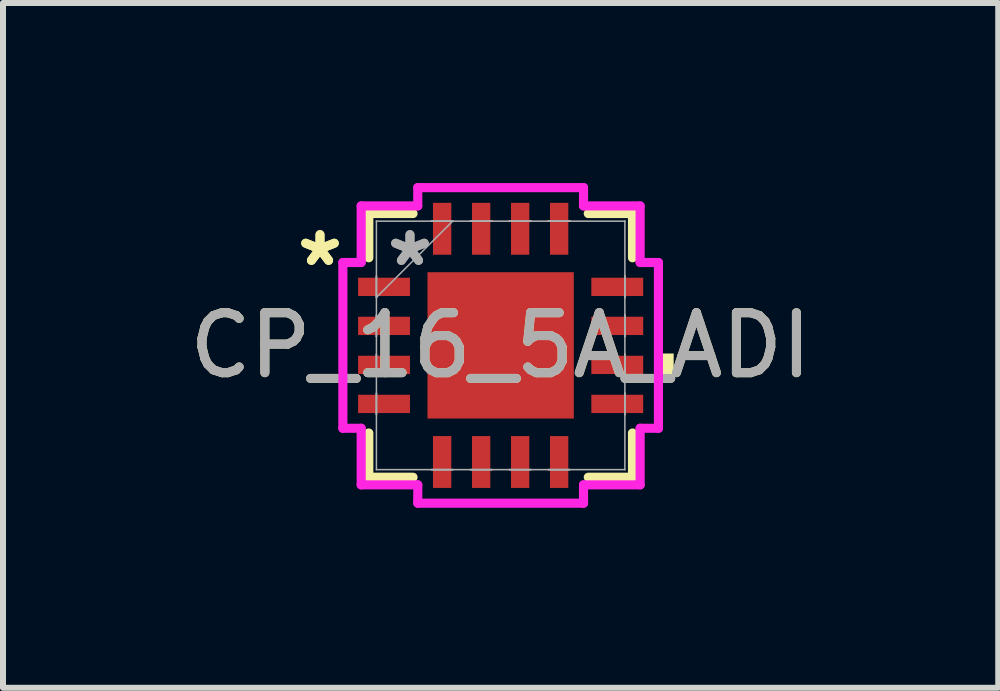
<source format=kicad_pcb>
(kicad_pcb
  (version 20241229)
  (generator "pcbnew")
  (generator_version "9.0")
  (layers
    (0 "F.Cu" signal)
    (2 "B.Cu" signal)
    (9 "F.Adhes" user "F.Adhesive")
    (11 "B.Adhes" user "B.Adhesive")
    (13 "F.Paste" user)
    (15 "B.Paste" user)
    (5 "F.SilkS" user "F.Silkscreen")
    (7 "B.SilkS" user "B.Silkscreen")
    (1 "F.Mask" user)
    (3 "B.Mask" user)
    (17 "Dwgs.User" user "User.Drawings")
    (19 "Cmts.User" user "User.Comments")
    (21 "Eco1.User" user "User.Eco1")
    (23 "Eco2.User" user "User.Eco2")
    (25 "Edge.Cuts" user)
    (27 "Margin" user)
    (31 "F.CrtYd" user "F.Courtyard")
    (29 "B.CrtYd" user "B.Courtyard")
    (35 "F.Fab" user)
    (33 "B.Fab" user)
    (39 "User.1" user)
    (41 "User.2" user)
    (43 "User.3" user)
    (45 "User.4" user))
  (footprint "CP_16_5A_ADI"
    (layer "F.Cu")
    (at 5.292 2.705)
    (property "Reference" "CP_16_5A_ADI" (at 0 0 0) (unlocked yes) (layer "F.SilkS") (effects (font (size 1 1) (thickness 0.15))))
    (attr smd)
    (fp_line (start -2.197 -2.197) (end -2.197 -1.46) (stroke (width 0.152) (type solid)) (layer "F.SilkS"))
    (fp_line (start -2.197 1.46) (end -2.197 2.197) (stroke (width 0.152) (type solid)) (layer "F.SilkS"))
    (fp_line (start -2.197 2.197) (end -1.46 2.197) (stroke (width 0.152) (type solid)) (layer "F.SilkS"))
    (fp_line (start -1.46 -2.197) (end -2.197 -2.197) (stroke (width 0.152) (type solid)) (layer "F.SilkS"))
    (fp_line (start 1.46 2.197) (end 2.197 2.197) (stroke (width 0.152) (type solid)) (layer "F.SilkS"))
    (fp_line (start 2.197 -2.197) (end 1.46 -2.197) (stroke (width 0.152) (type solid)) (layer "F.SilkS"))
    (fp_line (start 2.197 -1.46) (end 2.197 -2.197) (stroke (width 0.152) (type solid)) (layer "F.SilkS"))
    (fp_line (start 2.197 2.197) (end 2.197 1.46) (stroke (width 0.152) (type solid)) (layer "F.SilkS"))
    (fp_poly (pts (xy 2.883 0.135) (xy 2.883 0.516) (xy 2.629 0.516) (xy 2.629 0.135)) (stroke (width 0) (type solid)) (fill yes) (layer "F.SilkS"))
    (fp_line (start -2.629 -1.381) (end -2.324 -1.381) (stroke (width 0.152) (type solid)) (layer "F.CrtYd"))
    (fp_line (start -2.629 1.381) (end -2.629 -1.381) (stroke (width 0.152) (type solid)) (layer "F.CrtYd"))
    (fp_line (start -2.324 -2.324) (end -1.381 -2.324) (stroke (width 0.152) (type solid)) (layer "F.CrtYd"))
    (fp_line (start -2.324 -1.381) (end -2.324 -2.324) (stroke (width 0.152) (type solid)) (layer "F.CrtYd"))
    (fp_line (start -2.324 1.381) (end -2.629 1.381) (stroke (width 0.152) (type solid)) (layer "F.CrtYd"))
    (fp_line (start -2.324 2.324) (end -2.324 1.381) (stroke (width 0.152) (type solid)) (layer "F.CrtYd"))
    (fp_line (start -1.381 -2.629) (end 1.381 -2.629) (stroke (width 0.152) (type solid)) (layer "F.CrtYd"))
    (fp_line (start -1.381 -2.324) (end -1.381 -2.629) (stroke (width 0.152) (type solid)) (layer "F.CrtYd"))
    (fp_line (start -1.381 2.324) (end -2.324 2.324) (stroke (width 0.152) (type solid)) (layer "F.CrtYd"))
    (fp_line (start -1.381 2.629) (end -1.381 2.324) (stroke (width 0.152) (type solid)) (layer "F.CrtYd"))
    (fp_line (start 1.381 -2.629) (end 1.381 -2.324) (stroke (width 0.152) (type solid)) (layer "F.CrtYd"))
    (fp_line (start 1.381 -2.324) (end 2.324 -2.324) (stroke (width 0.152) (type solid)) (layer "F.CrtYd"))
    (fp_line (start 1.381 2.324) (end 1.381 2.629) (stroke (width 0.152) (type solid)) (layer "F.CrtYd"))
    (fp_line (start 1.381 2.629) (end -1.381 2.629) (stroke (width 0.152) (type solid)) (layer "F.CrtYd"))
    (fp_line (start 2.324 -2.324) (end 2.324 -1.381) (stroke (width 0.152) (type solid)) (layer "F.CrtYd"))
    (fp_line (start 2.324 -1.381) (end 2.629 -1.381) (stroke (width 0.152) (type solid)) (layer "F.CrtYd"))
    (fp_line (start 2.324 1.381) (end 2.324 2.324) (stroke (width 0.152) (type solid)) (layer "F.CrtYd"))
    (fp_line (start 2.324 2.324) (end 1.381 2.324) (stroke (width 0.152) (type solid)) (layer "F.CrtYd"))
    (fp_line (start 2.629 -1.381) (end 2.629 1.381) (stroke (width 0.152) (type solid)) (layer "F.CrtYd"))
    (fp_line (start 2.629 1.381) (end 2.324 1.381) (stroke (width 0.152) (type solid)) (layer "F.CrtYd"))
    (fp_line (start -2.07 -2.07) (end -2.07 -2.07) (stroke (width 0.025) (type solid)) (layer "F.Fab"))
    (fp_line (start -2.07 -2.07) (end -2.07 2.07) (stroke (width 0.025) (type solid)) (layer "F.Fab"))
    (fp_line (start -2.07 -1.153) (end -2.07 -1.153) (stroke (width 0.025) (type solid)) (layer "F.Fab"))
    (fp_line (start -2.07 -1.153) (end -2.07 -0.797) (stroke (width 0.025) (type solid)) (layer "F.Fab"))
    (fp_line (start -2.07 -0.8) (end -0.8 -2.07) (stroke (width 0.025) (type solid)) (layer "F.Fab"))
    (fp_line (start -2.07 -0.797) (end -2.07 -1.153) (stroke (width 0.025) (type solid)) (layer "F.Fab"))
    (fp_line (start -2.07 -0.797) (end -2.07 -0.797) (stroke (width 0.025) (type solid)) (layer "F.Fab"))
    (fp_line (start -2.07 -0.503) (end -2.07 -0.503) (stroke (width 0.025) (type solid)) (layer "F.Fab"))
    (fp_line (start -2.07 -0.503) (end -2.07 -0.147) (stroke (width 0.025) (type solid)) (layer "F.Fab"))
    (fp_line (start -2.07 -0.147) (end -2.07 -0.503) (stroke (width 0.025) (type solid)) (layer "F.Fab"))
    (fp_line (start -2.07 -0.147) (end -2.07 -0.147) (stroke (width 0.025) (type solid)) (layer "F.Fab"))
    (fp_line (start -2.07 0.147) (end -2.07 0.147) (stroke (width 0.025) (type solid)) (layer "F.Fab"))
    (fp_line (start -2.07 0.147) (end -2.07 0.503) (stroke (width 0.025) (type solid)) (layer "F.Fab"))
    (fp_line (start -2.07 0.503) (end -2.07 0.147) (stroke (width 0.025) (type solid)) (layer "F.Fab"))
    (fp_line (start -2.07 0.503) (end -2.07 0.503) (stroke (width 0.025) (type solid)) (layer "F.Fab"))
    (fp_line (start -2.07 0.797) (end -2.07 0.797) (stroke (width 0.025) (type solid)) (layer "F.Fab"))
    (fp_line (start -2.07 0.797) (end -2.07 1.153) (stroke (width 0.025) (type solid)) (layer "F.Fab"))
    (fp_line (start -2.07 1.153) (end -2.07 0.797) (stroke (width 0.025) (type solid)) (layer "F.Fab"))
    (fp_line (start -2.07 1.153) (end -2.07 1.153) (stroke (width 0.025) (type solid)) (layer "F.Fab"))
    (fp_line (start -2.07 2.07) (end -2.07 2.07) (stroke (width 0.025) (type solid)) (layer "F.Fab"))
    (fp_line (start -2.07 2.07) (end 2.07 2.07) (stroke (width 0.025) (type solid)) (layer "F.Fab"))
    (fp_line (start -1.153 -2.07) (end -1.153 -2.07) (stroke (width 0.025) (type solid)) (layer "F.Fab"))
    (fp_line (start -1.153 -2.07) (end -0.797 -2.07) (stroke (width 0.025) (type solid)) (layer "F.Fab"))
    (fp_line (start -1.153 2.07) (end -1.153 2.07) (stroke (width 0.025) (type solid)) (layer "F.Fab"))
    (fp_line (start -1.153 2.07) (end -0.797 2.07) (stroke (width 0.025) (type solid)) (layer "F.Fab"))
    (fp_line (start -0.797 -2.07) (end -1.153 -2.07) (stroke (width 0.025) (type solid)) (layer "F.Fab"))
    (fp_line (start -0.797 -2.07) (end -0.797 -2.07) (stroke (width 0.025) (type solid)) (layer "F.Fab"))
    (fp_line (start -0.797 2.07) (end -1.153 2.07) (stroke (width 0.025) (type solid)) (layer "F.Fab"))
    (fp_line (start -0.797 2.07) (end -0.797 2.07) (stroke (width 0.025) (type solid)) (layer "F.Fab"))
    (fp_line (start -0.503 -2.07) (end -0.503 -2.07) (stroke (width 0.025) (type solid)) (layer "F.Fab"))
    (fp_line (start -0.503 -2.07) (end -0.147 -2.07) (stroke (width 0.025) (type solid)) (layer "F.Fab"))
    (fp_line (start -0.503 2.07) (end -0.503 2.07) (stroke (width 0.025) (type solid)) (layer "F.Fab"))
    (fp_line (start -0.503 2.07) (end -0.147 2.07) (stroke (width 0.025) (type solid)) (layer "F.Fab"))
    (fp_line (start -0.147 -2.07) (end -0.503 -2.07) (stroke (width 0.025) (type solid)) (layer "F.Fab"))
    (fp_line (start -0.147 -2.07) (end -0.147 -2.07) (stroke (width 0.025) (type solid)) (layer "F.Fab"))
    (fp_line (start -0.147 2.07) (end -0.503 2.07) (stroke (width 0.025) (type solid)) (layer "F.Fab"))
    (fp_line (start -0.147 2.07) (end -0.147 2.07) (stroke (width 0.025) (type solid)) (layer "F.Fab"))
    (fp_line (start 0.147 -2.07) (end 0.147 -2.07) (stroke (width 0.025) (type solid)) (layer "F.Fab"))
    (fp_line (start 0.147 -2.07) (end 0.503 -2.07) (stroke (width 0.025) (type solid)) (layer "F.Fab"))
    (fp_line (start 0.147 2.07) (end 0.147 2.07) (stroke (width 0.025) (type solid)) (layer "F.Fab"))
    (fp_line (start 0.147 2.07) (end 0.503 2.07) (stroke (width 0.025) (type solid)) (layer "F.Fab"))
    (fp_line (start 0.503 -2.07) (end 0.147 -2.07) (stroke (width 0.025) (type solid)) (layer "F.Fab"))
    (fp_line (start 0.503 -2.07) (end 0.503 -2.07) (stroke (width 0.025) (type solid)) (layer "F.Fab"))
    (fp_line (start 0.503 2.07) (end 0.147 2.07) (stroke (width 0.025) (type solid)) (layer "F.Fab"))
    (fp_line (start 0.503 2.07) (end 0.503 2.07) (stroke (width 0.025) (type solid)) (layer "F.Fab"))
    (fp_line (start 0.797 -2.07) (end 0.797 -2.07) (stroke (width 0.025) (type solid)) (layer "F.Fab"))
    (fp_line (start 0.797 -2.07) (end 1.153 -2.07) (stroke (width 0.025) (type solid)) (layer "F.Fab"))
    (fp_line (start 0.797 2.07) (end 0.797 2.07) (stroke (width 0.025) (type solid)) (layer "F.Fab"))
    (fp_line (start 0.797 2.07) (end 1.153 2.07) (stroke (width 0.025) (type solid)) (layer "F.Fab"))
    (fp_line (start 1.153 -2.07) (end 0.797 -2.07) (stroke (width 0.025) (type solid)) (layer "F.Fab"))
    (fp_line (start 1.153 -2.07) (end 1.153 -2.07) (stroke (width 0.025) (type solid)) (layer "F.Fab"))
    (fp_line (start 1.153 2.07) (end 0.797 2.07) (stroke (width 0.025) (type solid)) (layer "F.Fab"))
    (fp_line (start 1.153 2.07) (end 1.153 2.07) (stroke (width 0.025) (type solid)) (layer "F.Fab"))
    (fp_line (start 2.07 -2.07) (end -2.07 -2.07) (stroke (width 0.025) (type solid)) (layer "F.Fab"))
    (fp_line (start 2.07 -2.07) (end 2.07 -2.07) (stroke (width 0.025) (type solid)) (layer "F.Fab"))
    (fp_line (start 2.07 -1.153) (end 2.07 -1.153) (stroke (width 0.025) (type solid)) (layer "F.Fab"))
    (fp_line (start 2.07 -1.153) (end 2.07 -0.797) (stroke (width 0.025) (type solid)) (layer "F.Fab"))
    (fp_line (start 2.07 -0.797) (end 2.07 -1.153) (stroke (width 0.025) (type solid)) (layer "F.Fab"))
    (fp_line (start 2.07 -0.797) (end 2.07 -0.797) (stroke (width 0.025) (type solid)) (layer "F.Fab"))
    (fp_line (start 2.07 -0.503) (end 2.07 -0.503) (stroke (width 0.025) (type solid)) (layer "F.Fab"))
    (fp_line (start 2.07 -0.503) (end 2.07 -0.147) (stroke (width 0.025) (type solid)) (layer "F.Fab"))
    (fp_line (start 2.07 -0.147) (end 2.07 -0.503) (stroke (width 0.025) (type solid)) (layer "F.Fab"))
    (fp_line (start 2.07 -0.147) (end 2.07 -0.147) (stroke (width 0.025) (type solid)) (layer "F.Fab"))
    (fp_line (start 2.07 0.147) (end 2.07 0.147) (stroke (width 0.025) (type solid)) (layer "F.Fab"))
    (fp_line (start 2.07 0.147) (end 2.07 0.503) (stroke (width 0.025) (type solid)) (layer "F.Fab"))
    (fp_line (start 2.07 0.503) (end 2.07 0.147) (stroke (width 0.025) (type solid)) (layer "F.Fab"))
    (fp_line (start 2.07 0.503) (end 2.07 0.503) (stroke (width 0.025) (type solid)) (layer "F.Fab"))
    (fp_line (start 2.07 0.797) (end 2.07 0.797) (stroke (width 0.025) (type solid)) (layer "F.Fab"))
    (fp_line (start 2.07 0.797) (end 2.07 1.153) (stroke (width 0.025) (type solid)) (layer "F.Fab"))
    (fp_line (start 2.07 1.153) (end 2.07 0.797) (stroke (width 0.025) (type solid)) (layer "F.Fab"))
    (fp_line (start 2.07 1.153) (end 2.07 1.153) (stroke (width 0.025) (type solid)) (layer "F.Fab"))
    (fp_line (start 2.07 2.07) (end 2.07 -2.07) (stroke (width 0.025) (type solid)) (layer "F.Fab"))
    (fp_line (start 2.07 2.07) (end 2.07 2.07) (stroke (width 0.025) (type solid)) (layer "F.Fab"))
    (fp_text user "*" (at -3.01 -1.3 0) (unlocked yes) (layer "F.SilkS") (effects (font (size 1 1) (thickness 0.15))))
    (fp_text user "*" (at -3.01 -1.3 0) (layer "F.SilkS") (effects (font (size 1 1) (thickness 0.15))))
    (fp_text user "*" (at -1.511 -1.3 0) (layer "F.Fab") (effects (font (size 1 1) (thickness 0.15))))
    (fp_text user "${REFERENCE}" (at 0 0 0) (unlocked yes) (layer "F.Fab") (effects (font (size 1 1) (thickness 0.15))))
    (fp_text user "*" (at -1.511 -1.3 0) (unlocked yes) (layer "F.Fab") (effects (font (size 1 1) (thickness 0.15))))
    (pad "1" smd rect (at -1.943 -0.975 90) (size 0.305 0.864) (layers "F.Cu" "F.Mask" "F.Paste"))
    (pad "2" smd rect (at -1.943 -0.325 90) (size 0.305 0.864) (layers "F.Cu" "F.Mask" "F.Paste"))
    (pad "3" smd rect (at -1.943 0.325 90) (size 0.305 0.864) (layers "F.Cu" "F.Mask" "F.Paste"))
    (pad "4" smd rect (at -1.943 0.975 90) (size 0.305 0.864) (layers "F.Cu" "F.Mask" "F.Paste"))
    (pad "5" smd rect (at -0.975 1.943) (size 0.305 0.864) (layers "F.Cu" "F.Mask" "F.Paste"))
    (pad "6" smd rect (at -0.325 1.943) (size 0.305 0.864) (layers "F.Cu" "F.Mask" "F.Paste"))
    (pad "7" smd rect (at 0.325 1.943) (size 0.305 0.864) (layers "F.Cu" "F.Mask" "F.Paste"))
    (pad "8" smd rect (at 0.975 1.943) (size 0.305 0.864) (layers "F.Cu" "F.Mask" "F.Paste"))
    (pad "9" smd rect (at 1.943 0.975 90) (size 0.305 0.864) (layers "F.Cu" "F.Mask" "F.Paste"))
    (pad "10" smd rect (at 1.943 0.325 90) (size 0.305 0.864) (layers "F.Cu" "F.Mask" "F.Paste"))
    (pad "11" smd rect (at 1.943 -0.325 90) (size 0.305 0.864) (layers "F.Cu" "F.Mask" "F.Paste"))
    (pad "12" smd rect (at 1.943 -0.975 90) (size 0.305 0.864) (layers "F.Cu" "F.Mask" "F.Paste"))
    (pad "13" smd rect (at 0.975 -1.943) (size 0.305 0.864) (layers "F.Cu" "F.Mask" "F.Paste"))
    (pad "14" smd rect (at 0.325 -1.943) (size 0.305 0.864) (layers "F.Cu" "F.Mask" "F.Paste"))
    (pad "15" smd rect (at -0.325 -1.943) (size 0.305 0.864) (layers "F.Cu" "F.Mask" "F.Paste"))
    (pad "16" smd rect (at -0.975 -1.943) (size 0.305 0.864) (layers "F.Cu" "F.Mask" "F.Paste"))
    (pad "17" smd rect (at 0 0) (size 2.438 2.438) (layers "F.Cu" "F.Mask" "F.Paste")))
  (gr_rect
    (start -3 -3)
    (end 13.583 8.41)
    (stroke (width 0.1) (type default))
    (fill no)
    (layer "Edge.Cuts")))
</source>
